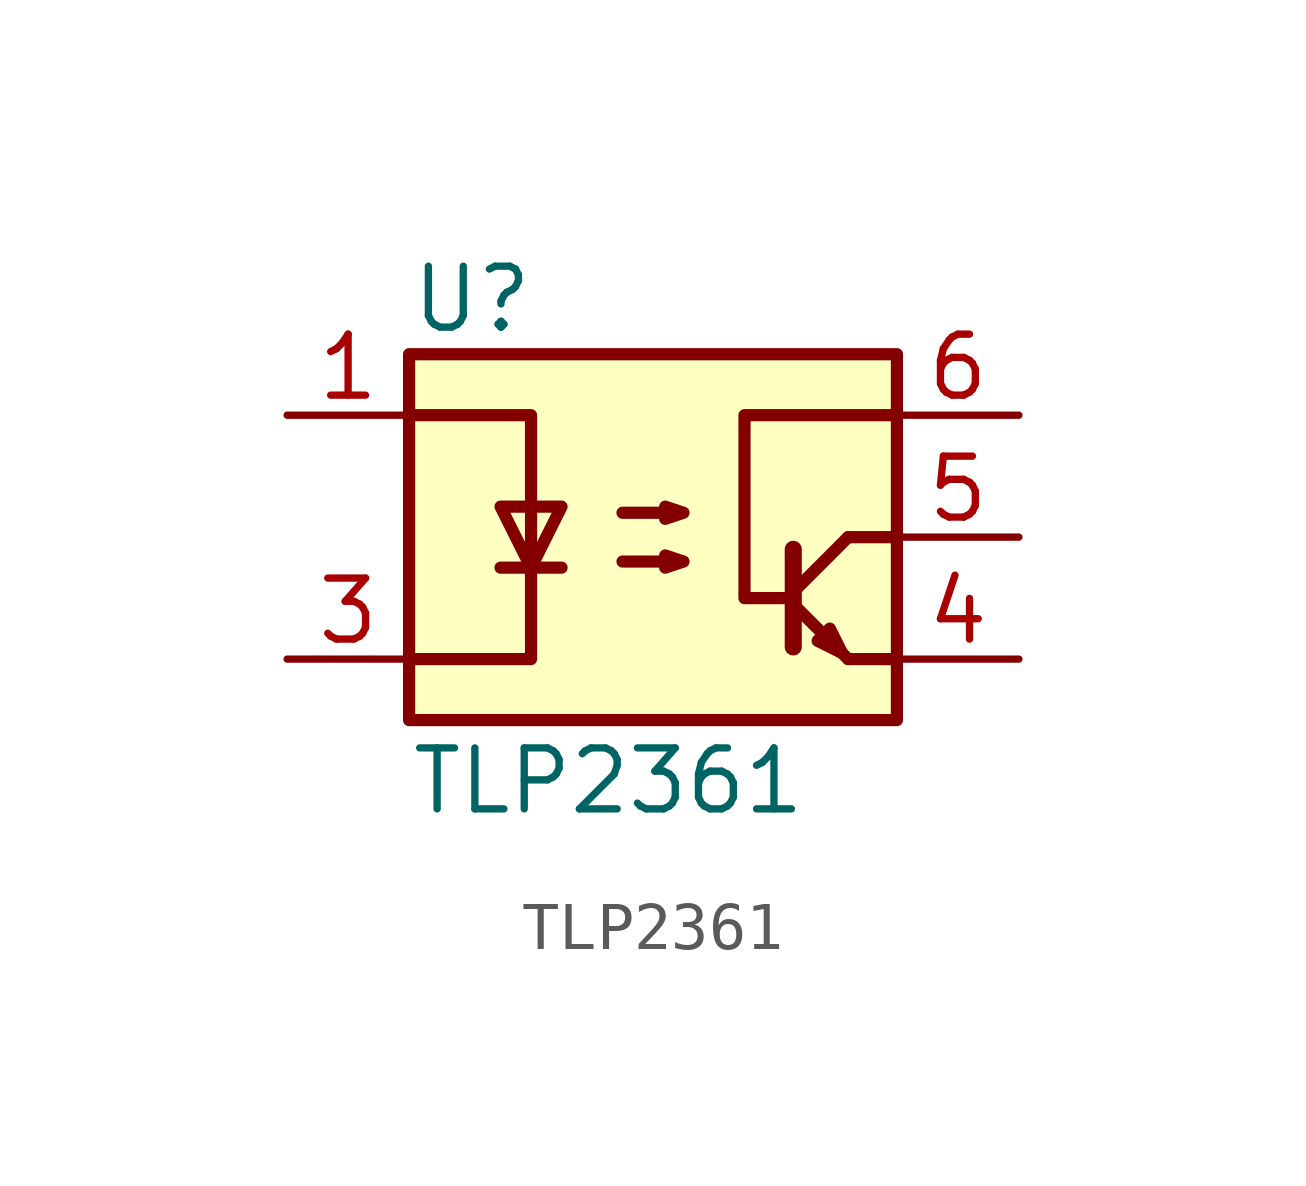
<source format=kicad_sym>
(kicad_symbol_lib
  (version 20241209)
  (generator "kicad_symbol_editor")
  (generator_version "9.0")
  (symbol "TLP2361"
    (pin_names
      (offset 1.016))
    (property "Reference" "U"
      (at -5.08 4.953 0)
      (effects (font (size 1.27 1.27)) (justify left)))
    (property "Value" "TLP2361"
      (at -5.08 -5.08 0)
      (effects (font (size 1.27 1.27)) (justify left)))
    (symbol "TLP2361_0_1"
      (rectangle (start -5.08 3.81) (end 5.08 -3.81) (stroke (width 0.254) (type default)) (fill (type background)))
      (polyline (pts (xy -5.08 -2.54) (xy -2.54 -2.54) (xy -2.54 2.54) (xy -5.08 2.54)) (stroke (width 0.254) (type default)) (fill (type none)))
      (polyline (pts (xy -3.175 -0.635) (xy -1.905 -0.635)) (stroke (width 0.254) (type default)) (fill (type none)))
      (polyline (pts (xy -2.54 -0.635) (xy -3.175 0.635) (xy -1.905 0.635) (xy -2.54 -0.635)) (stroke (width 0.254) (type default)) (fill (type none)))
      (polyline (pts (xy -0.635 0.508) (xy 0.635 0.508) (xy 0.254 0.381) (xy 0.254 0.635) (xy 0.635 0.508)) (stroke (width 0.254) (type default)) (fill (type none)))
      (polyline (pts (xy -0.635 -0.508) (xy 0.635 -0.508) (xy 0.254 -0.635) (xy 0.254 -0.381) (xy 0.635 -0.508)) (stroke (width 0.254) (type default)) (fill (type none)))
      (polyline (pts (xy 2.921 -0.254) (xy 2.921 -2.286) (xy 2.921 -2.286)) (stroke (width 0.356) (type default)) (fill (type none)))
      (polyline (pts (xy 2.921 -1.143) (xy 4.064 0)) (stroke (width 0.254) (type default)) (fill (type none)))
      (polyline (pts (xy 2.921 -1.27) (xy 1.905 -1.27) (xy 1.905 2.54) (xy 5.08 2.54)) (stroke (width 0.254) (type default)) (fill (type none)))
      (polyline (pts (xy 2.921 -1.397) (xy 4.064 -2.54)) (stroke (width 0.254) (type default)) (fill (type none)))
      (polyline (pts (xy 3.937 -2.413) (xy 3.683 -1.905) (xy 3.429 -2.159) (xy 3.937 -2.413)) (stroke (width 0.254) (type default)) (fill (type none)))
      (polyline (pts (xy 4.064 -2.54) (xy 5.08 -2.54)) (stroke (width 0.254) (type default)) (fill (type none)))
      (polyline (pts (xy 5.08 0) (xy 4.064 0)) (stroke (width 0.254) (type default)) (fill (type none))))
    (symbol "TLP2361_1_1"
      (pin passive line (at -7.62 2.54 0) (length 2.54) (name "~" (effects (font (size 1.27 1.27)))) (number "1" (effects (font (size 1.27 1.27)))))
      (pin passive line (at -7.62 -2.54 0) (length 2.54) (name "~" (effects (font (size 1.27 1.27)))) (number "3" (effects (font (size 1.27 1.27)))))
      (pin passive line (at 7.62 2.54 180) (length 2.54) (name "~" (effects (font (size 1.27 1.27)))) (number "6" (effects (font (size 1.27 1.27)))))
      (pin open_collector line (at 7.62 0 180) (length 2.54) (name "~" (effects (font (size 1.27 1.27)))) (number "5" (effects (font (size 1.27 1.27)))))
      (pin passive line (at 7.62 -2.54 180) (length 2.54) (name "~" (effects (font (size 1.27 1.27)))) (number "4" (effects (font (size 1.27 1.27))))))))
</source>
